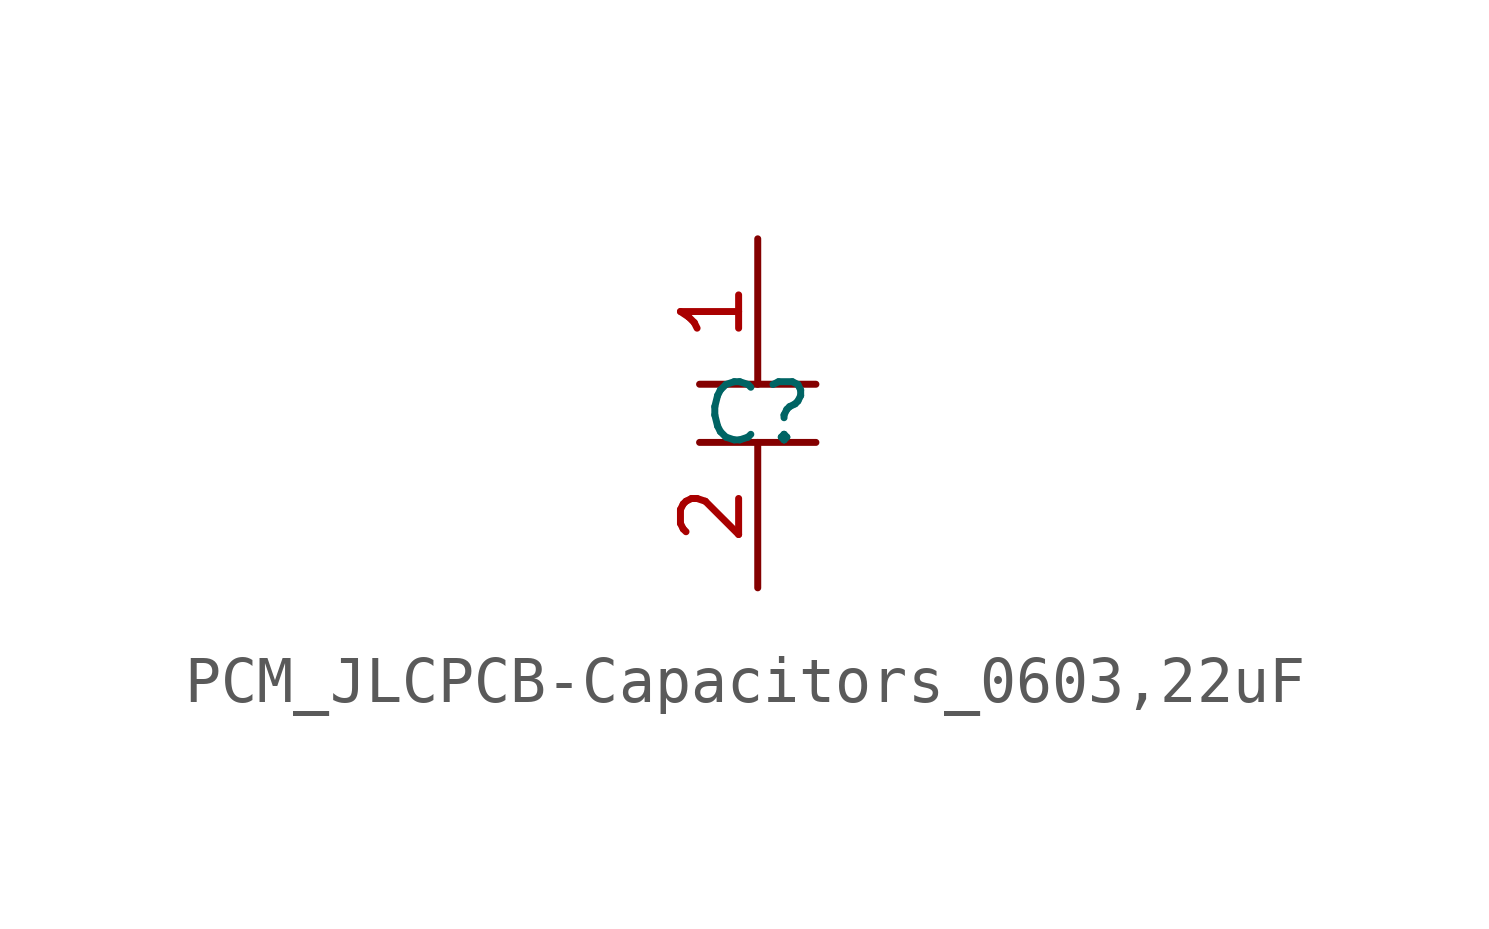
<source format=kicad_sym>
(kicad_symbol_lib
  (version 20241209)
  (generator "kicad_symbol_editor")
  (generator_version "9.0")
  (symbol "PCM_JLCPCB-Capacitors_0603,22uF"
    (property "Reference" "C"
      (at 0 0 0)
      (effects (font (size 1.27 1.27))))
    (symbol "PCM_JLCPCB-Capacitors_0603,22uF_1_0"
      (polyline (pts (xy -1.27 0.635) (xy 1.27 0.635)) (stroke (width 0) (type default)) (fill (type none)))
      (polyline (pts (xy -1.27 -0.635) (xy 1.27 -0.635)) (stroke (width 0) (type default)) (fill (type none)))
      (pin unspecified line (at 0 3.81 270) (length 3.175) (name "~" (effects (font (size 1.27 1.27)))) (number "1" (effects (font (size 1.27 1.27)))))
      (pin unspecified line (at 0 -3.81 90) (length 3.175) (name "~" (effects (font (size 1.27 1.27)))) (number "2" (effects (font (size 1.27 1.27))))))))
</source>
